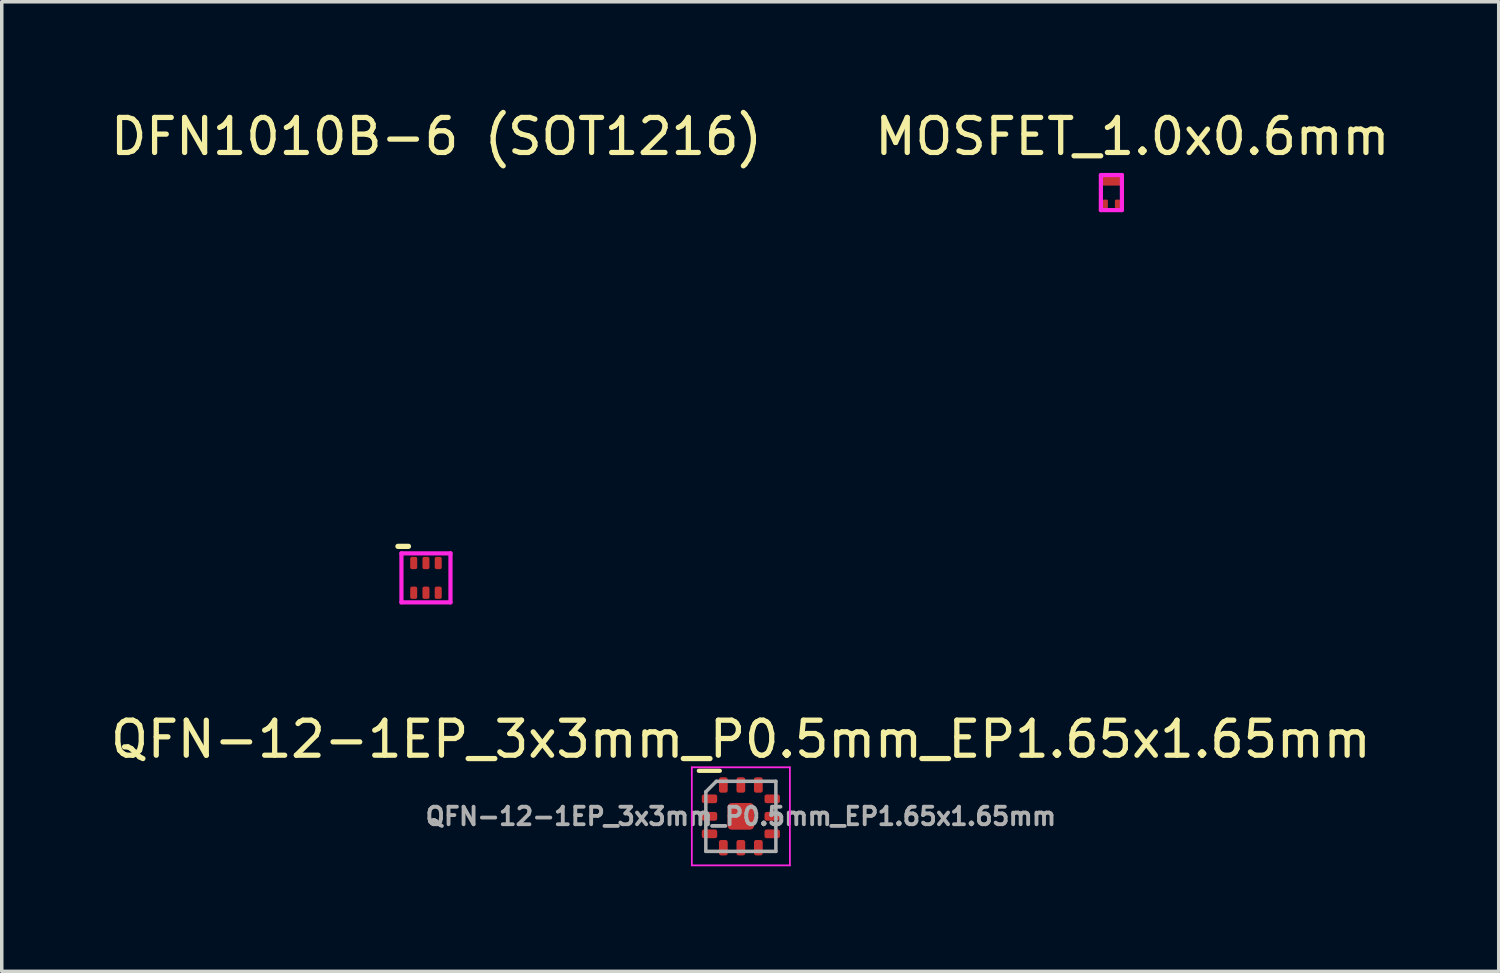
<source format=kicad_pcb>
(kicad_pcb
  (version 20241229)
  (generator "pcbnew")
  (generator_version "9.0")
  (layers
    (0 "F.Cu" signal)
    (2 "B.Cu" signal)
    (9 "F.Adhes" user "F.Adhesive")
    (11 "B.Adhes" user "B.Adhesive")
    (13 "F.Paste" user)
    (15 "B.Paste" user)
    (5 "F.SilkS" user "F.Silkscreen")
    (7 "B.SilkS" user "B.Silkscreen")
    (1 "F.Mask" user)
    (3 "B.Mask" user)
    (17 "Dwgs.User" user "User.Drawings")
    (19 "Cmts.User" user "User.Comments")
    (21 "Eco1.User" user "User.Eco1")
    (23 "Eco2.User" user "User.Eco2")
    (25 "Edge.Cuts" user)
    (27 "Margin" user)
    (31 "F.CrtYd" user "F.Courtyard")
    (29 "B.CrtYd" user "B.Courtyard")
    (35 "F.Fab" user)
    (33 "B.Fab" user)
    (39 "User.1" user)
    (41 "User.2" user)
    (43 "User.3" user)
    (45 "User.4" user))
  (footprint "MOSFET_1.0x0.6mm"
    (layer "F.Cu")
    (at 28.68 2.448)
    (property "Reference" "MOSFET_1.0x0.6mm" (at 0.6 -1.6 0) (layer "F.SilkS") (effects (font (size 1 1) (thickness 0.15))))
    (attr through_hole)
    (fp_line (start -0.3 -0.5) (end 0.3 -0.5) (stroke (width 0.12) (type solid)) (layer "F.CrtYd"))
    (fp_line (start -0.3 0.5) (end -0.3 -0.5) (stroke (width 0.12) (type solid)) (layer "F.CrtYd"))
    (fp_line (start 0.3 -0.5) (end 0.3 0.5) (stroke (width 0.12) (type solid)) (layer "F.CrtYd"))
    (fp_line (start 0.3 0.5) (end -0.3 0.5) (stroke (width 0.12) (type solid)) (layer "F.CrtYd"))
    (pad "1" smd roundrect (at 0 -0.325) (size 0.5 0.25) (layers "F.Cu" "F.Mask" "F.Paste") (roundrect_rratio 0.1))
    (pad "2" smd roundrect (at -0.175 0.325) (size 0.15 0.25) (layers "F.Cu" "F.Mask" "F.Paste") (roundrect_rratio 0.25))
    (pad "3" smd roundrect (at 0.175 0.325) (size 0.15 0.25) (layers "F.Cu" "F.Mask" "F.Paste") (roundrect_rratio 0.25)))
  (footprint "DFN1010B-6 (SOT1216)"
    (layer "F.Cu")
    (at 9.111 13.448)
    (property "Reference" "DFN1010B-6 (SOT1216)" (at 0.3 -12.6 0) (layer "F.SilkS") (effects (font (size 1 1) (thickness 0.15))))
    (attr through_hole)
    (fp_line (start -0.5 -0.9) (end -0.8 -0.9) (stroke (width 0.15) (type solid)) (layer "F.SilkS"))
    (fp_line (start -0.7 -0.7) (end 0.7 -0.7) (stroke (width 0.12) (type solid)) (layer "F.CrtYd"))
    (fp_line (start -0.7 0.7) (end -0.7 -0.7) (stroke (width 0.12) (type solid)) (layer "F.CrtYd"))
    (fp_line (start 0.7 -0.7) (end 0.7 0.7) (stroke (width 0.12) (type solid)) (layer "F.CrtYd"))
    (fp_line (start 0.7 0.7) (end -0.7 0.7) (stroke (width 0.12) (type solid)) (layer "F.CrtYd"))
    (pad "1" smd roundrect (at 0.35 -0.425) (size 0.2 0.35) (layers "F.Cu" "F.Mask" "F.Paste") (roundrect_rratio 0.25))
    (pad "2" smd roundrect (at 0 -0.425) (size 0.2 0.35) (layers "F.Cu" "F.Mask" "F.Paste") (roundrect_rratio 0.25))
    (pad "3" smd roundrect (at -0.35 -0.425) (size 0.2 0.35) (layers "F.Cu" "F.Mask" "F.Paste") (roundrect_rratio 0.25))
    (pad "4" smd roundrect (at -0.35 0.425) (size 0.2 0.35) (layers "F.Cu" "F.Mask" "F.Paste") (roundrect_rratio 0.25))
    (pad "5" smd roundrect (at 0 0.425) (size 0.2 0.35) (layers "F.Cu" "F.Mask" "F.Paste") (roundrect_rratio 0.25))
    (pad "6" smd roundrect (at 0.35 0.425) (size 0.2 0.35) (layers "F.Cu" "F.Mask" "F.Paste") (roundrect_rratio 0.25)))
  (footprint "QFN-12-1EP_3x3mm_P0.5mm_EP1.65x1.65mm"
    (layer "F.Cu")
    (at 18.101 20.256)
    (property "Reference" "QFN-12-1EP_3x3mm_P0.5mm_EP1.65x1.65mm" (at 0 -2.2 0) (layer "F.SilkS") (effects (font (size 1 1) (thickness 0.15))))
    (attr smd)
    (fp_line (start -0.6 -1.3) (end -1.2 -1.3) (stroke (width 0.12) (type solid)) (layer "F.SilkS"))
    (fp_line (start -1.4 -1.4) (end -1.4 1.4) (stroke (width 0.05) (type solid)) (layer "F.CrtYd"))
    (fp_line (start -1.4 1.4) (end 1.4 1.4) (stroke (width 0.05) (type solid)) (layer "F.CrtYd"))
    (fp_line (start 1.4 -1.4) (end -1.4 -1.4) (stroke (width 0.05) (type solid)) (layer "F.CrtYd"))
    (fp_line (start 1.4 1.4) (end 1.4 -1.4) (stroke (width 0.05) (type solid)) (layer "F.CrtYd"))
    (fp_line (start -1 -0.7) (end -0.7 -1) (stroke (width 0.1) (type solid)) (layer "F.Fab"))
    (fp_line (start -1 1) (end -1 -0.7) (stroke (width 0.1) (type solid)) (layer "F.Fab"))
    (fp_line (start -0.7 -1) (end 1 -1) (stroke (width 0.1) (type solid)) (layer "F.Fab"))
    (fp_line (start 1 -1) (end 1 1) (stroke (width 0.1) (type solid)) (layer "F.Fab"))
    (fp_line (start 1 1) (end -1 1) (stroke (width 0.1) (type solid)) (layer "F.Fab"))
    (fp_text user "${REFERENCE}" (at 0 0 0) (layer "F.Fab") (effects (font (size 0.5 0.5) (thickness 0.11))))
    (pad "" smd roundrect (at 0 0) (size 0.67 0.67) (layers "F.Paste") (roundrect_rratio 0.25))
    (pad "1" smd roundrect (at -0.895 -0.5) (size 0.44 0.25) (layers "F.Cu" "F.Mask" "F.Paste") (roundrect_rratio 0.25))
    (pad "2" smd roundrect (at -0.895 0) (size 0.44 0.25) (layers "F.Cu" "F.Mask" "F.Paste") (roundrect_rratio 0.25))
    (pad "3" smd roundrect (at -0.895 0.5) (size 0.44 0.25) (layers "F.Cu" "F.Mask" "F.Paste") (roundrect_rratio 0.25))
    (pad "4" smd roundrect (at -0.5 0.895 90) (size 0.44 0.25) (layers "F.Cu" "F.Mask" "F.Paste") (roundrect_rratio 0.25))
    (pad "5" smd roundrect (at 0 0.895 90) (size 0.44 0.25) (layers "F.Cu" "F.Mask" "F.Paste") (roundrect_rratio 0.25))
    (pad "6" smd roundrect (at 0.5 0.895 90) (size 0.44 0.25) (layers "F.Cu" "F.Mask" "F.Paste") (roundrect_rratio 0.25))
    (pad "7" smd roundrect (at 0.895 0.5 180) (size 0.44 0.25) (layers "F.Cu" "F.Mask" "F.Paste") (roundrect_rratio 0.25))
    (pad "8" smd roundrect (at 0.895 0 180) (size 0.44 0.25) (layers "F.Cu" "F.Mask" "F.Paste") (roundrect_rratio 0.25))
    (pad "9" smd roundrect (at 0.895 -0.5 180) (size 0.44 0.25) (layers "F.Cu" "F.Mask" "F.Paste") (roundrect_rratio 0.25))
    (pad "10" smd roundrect (at 0.5 -0.895 270) (size 0.44 0.25) (layers "F.Cu" "F.Mask" "F.Paste") (roundrect_rratio 0.25))
    (pad "11" smd roundrect (at 0 -0.895 270) (size 0.44 0.25) (layers "F.Cu" "F.Mask" "F.Paste") (roundrect_rratio 0.25))
    (pad "12" smd roundrect (at -0.5 -0.895 270) (size 0.44 0.25) (layers "F.Cu" "F.Mask" "F.Paste") (roundrect_rratio 0.25))
    (pad "13" smd roundrect (at 0 0) (size 0.76 0.76) (layers "F.Cu" "F.Mask") (roundrect_rratio 0.152)))
  (gr_rect
    (start -3 -3)
    (end 39.738 24.681)
    (stroke (width 0.1) (type default))
    (fill no)
    (layer "Edge.Cuts")))
</source>
